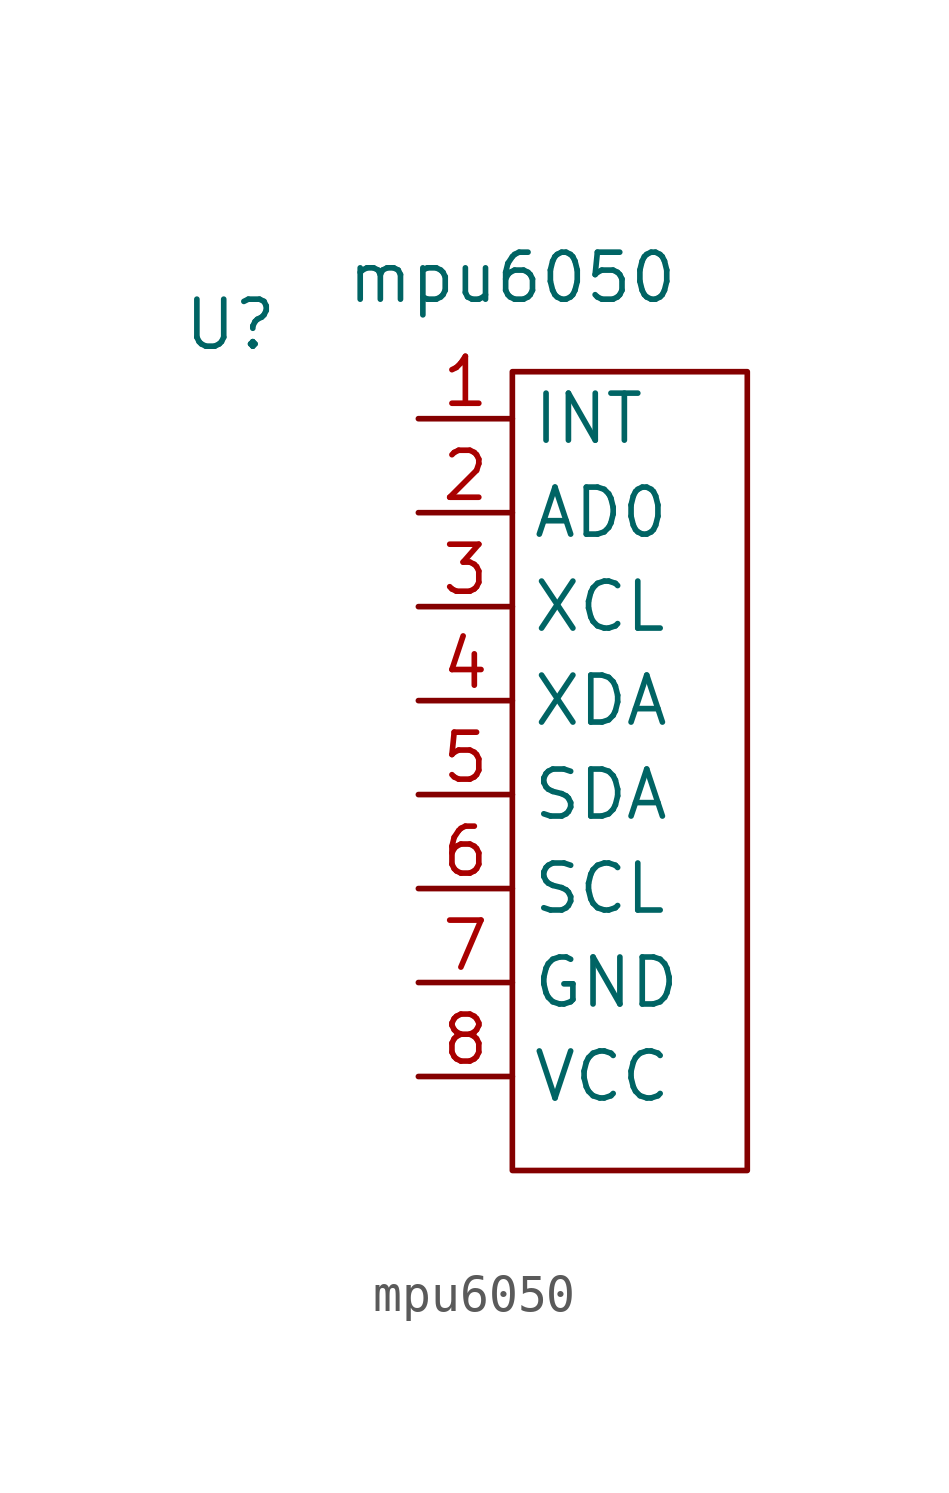
<source format=kicad_sym>
(kicad_symbol_lib
  (version 20211014)
  (generator kicad_symbol_editor)
  (symbol "mpu6050"
    (property "Reference" "U"
      (at -7.62 1.27 0)
      (effects (font (size 1.27 1.27))))
    (property "Value" "mpu6050"
      (at 0 2.54 0)
      (effects (font (size 1.27 1.27))))
    (symbol "mpu6050_0_1"
      (rectangle (start 0 0) (end 6.35 -21.59) (stroke (width 0) (type default) (color 0 0 0 0)) (fill (type none))))
    (symbol "mpu6050_1_1"
      (pin output line (at -2.54 -1.27 0) (length 2.54) (name "INT" (effects (font (size 1.27 1.27)))) (number "1" (effects (font (size 1.27 1.27)))))
      (pin output line (at -2.54 -3.81 0) (length 2.54) (name "AD0" (effects (font (size 1.27 1.27)))) (number "2" (effects (font (size 1.27 1.27)))))
      (pin output line (at -2.54 -6.35 0) (length 2.54) (name "XCL" (effects (font (size 1.27 1.27)))) (number "3" (effects (font (size 1.27 1.27)))))
      (pin output line (at -2.54 -8.89 0) (length 2.54) (name "XDA" (effects (font (size 1.27 1.27)))) (number "4" (effects (font (size 1.27 1.27)))))
      (pin output line (at -2.54 -11.43 0) (length 2.54) (name "SDA" (effects (font (size 1.27 1.27)))) (number "5" (effects (font (size 1.27 1.27)))))
      (pin output line (at -2.54 -13.97 0) (length 2.54) (name "SCL" (effects (font (size 1.27 1.27)))) (number "6" (effects (font (size 1.27 1.27)))))
      (pin power_in line (at -2.54 -16.51 0) (length 2.54) (name "GND" (effects (font (size 1.27 1.27)))) (number "7" (effects (font (size 1.27 1.27)))))
      (pin power_in line (at -2.54 -19.05 0) (length 2.54) (name "VCC" (effects (font (size 1.27 1.27)))) (number "8" (effects (font (size 1.27 1.27))))))))
</source>
